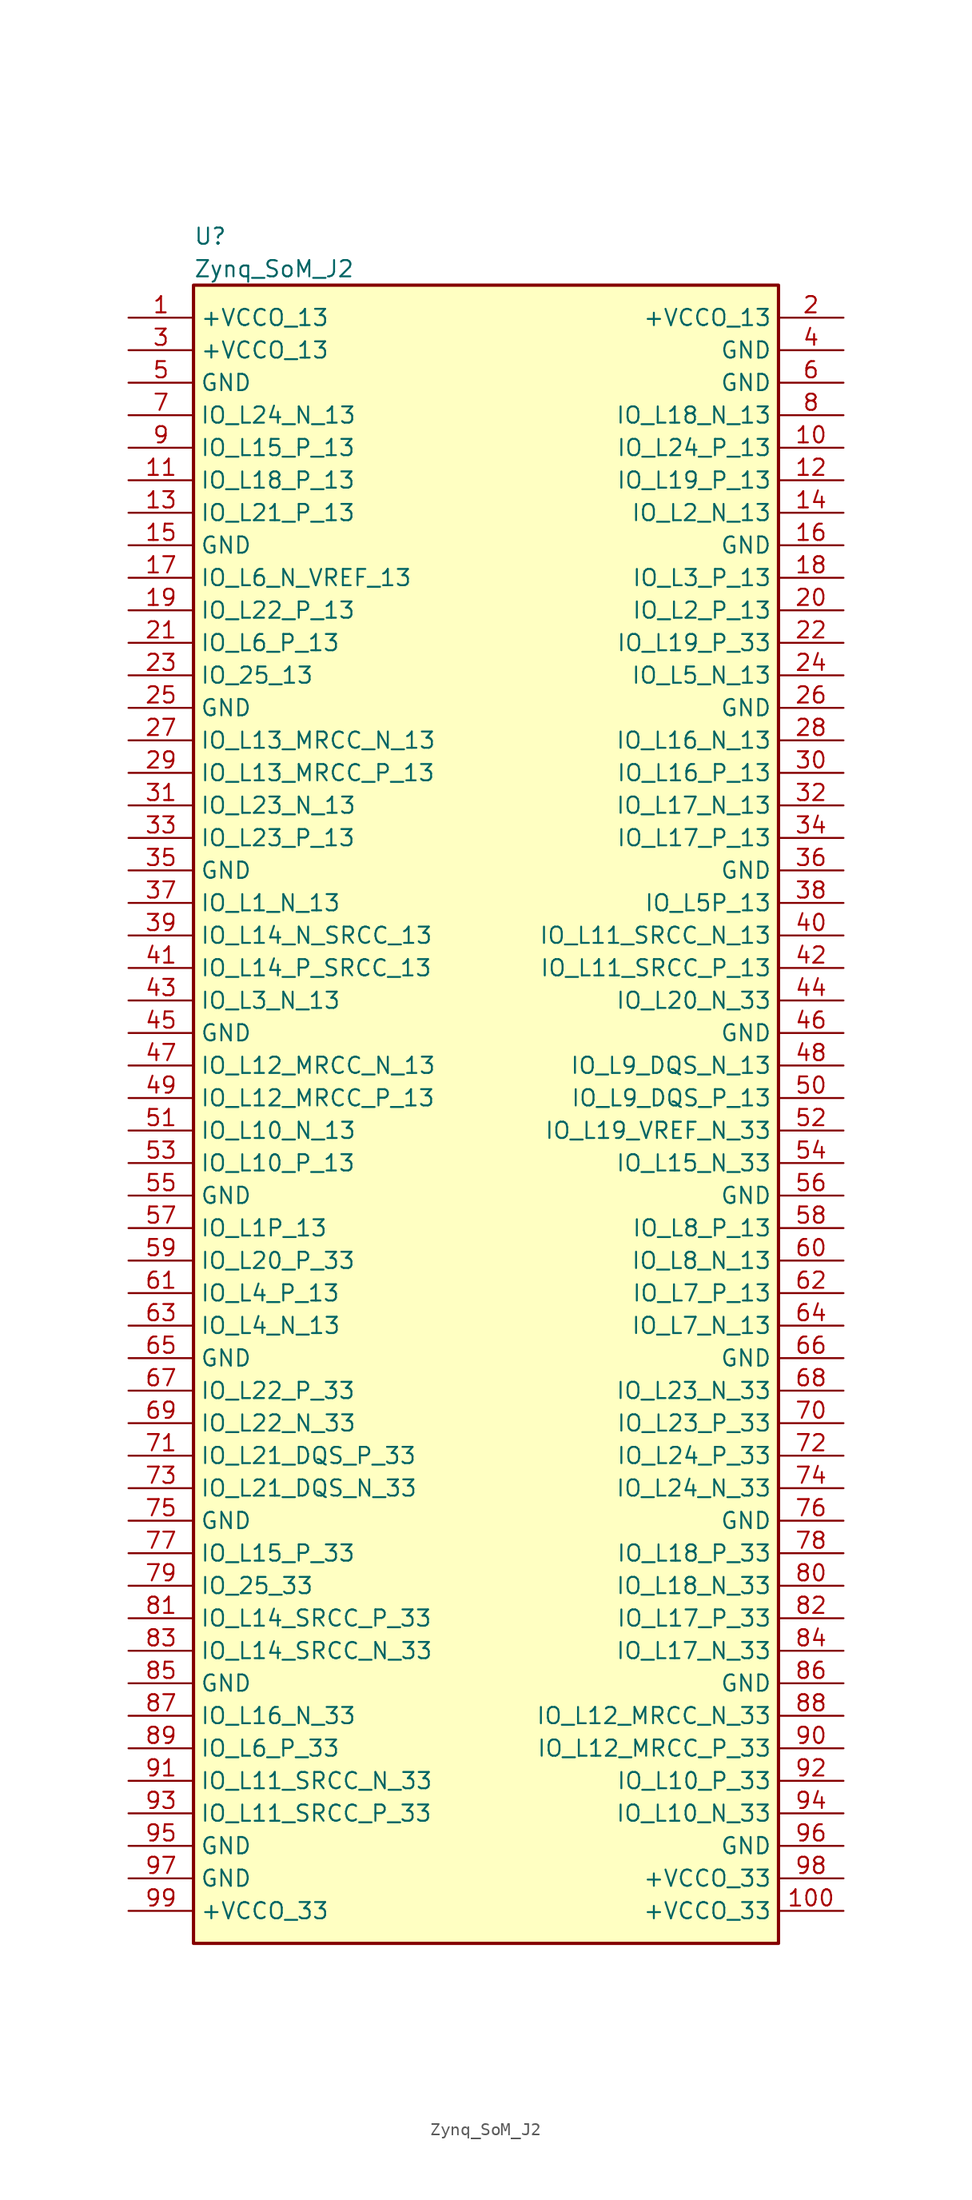
<source format=kicad_sym>
(kicad_symbol_lib
  (version 20231120)
  (generator "kicad_symbol_editor")
  (generator_version "8.0")
  (symbol "Zynq_SoM_J2"
    (property "Reference" "U"
      (at 5.08 6.35 0)
      (effects (font (size 1.27 1.27)) (justify left)))
    (property "Value" "Zynq_SoM_J2"
      (at 5.08 3.81 0)
      (effects (font (size 1.27 1.27)) (justify left)))
    (property "ki_locked" ""
      (at 0 0 0)
      (effects (font (size 1.27 1.27))))
    (symbol "Zynq_SoM_J2_1_1"
      (rectangle (start 5.08 2.54) (end 50.8 -127) (stroke (width 0.254) (type solid)) (fill (type background)))
      (pin bidirectional line (at 0 0 0) (length 5.08) (name "+VCCO_13" (effects (font (size 1.27 1.27)))) (number "1" (effects (font (size 1.27 1.27)))))
      (pin bidirectional line (at 55.88 -10.16 180) (length 5.08) (name "IO_L24_P_13" (effects (font (size 1.27 1.27)))) (number "10" (effects (font (size 1.27 1.27)))))
      (pin bidirectional line (at 55.88 -124.46 180) (length 5.08) (name "+VCCO_33" (effects (font (size 1.27 1.27)))) (number "100" (effects (font (size 1.27 1.27)))))
      (pin bidirectional line (at 0 -12.7 0) (length 5.08) (name "IO_L18_P_13" (effects (font (size 1.27 1.27)))) (number "11" (effects (font (size 1.27 1.27)))))
      (pin bidirectional line (at 55.88 -12.7 180) (length 5.08) (name "IO_L19_P_13" (effects (font (size 1.27 1.27)))) (number "12" (effects (font (size 1.27 1.27)))))
      (pin bidirectional line (at 0 -15.24 0) (length 5.08) (name "IO_L21_P_13" (effects (font (size 1.27 1.27)))) (number "13" (effects (font (size 1.27 1.27)))))
      (pin bidirectional line (at 55.88 -15.24 180) (length 5.08) (name "IO_L2_N_13" (effects (font (size 1.27 1.27)))) (number "14" (effects (font (size 1.27 1.27)))))
      (pin bidirectional line (at 0 -17.78 0) (length 5.08) (name "GND" (effects (font (size 1.27 1.27)))) (number "15" (effects (font (size 1.27 1.27)))))
      (pin bidirectional line (at 55.88 -17.78 180) (length 5.08) (name "GND" (effects (font (size 1.27 1.27)))) (number "16" (effects (font (size 1.27 1.27)))))
      (pin bidirectional line (at 0 -20.32 0) (length 5.08) (name "IO_L6_N_VREF_13" (effects (font (size 1.27 1.27)))) (number "17" (effects (font (size 1.27 1.27)))))
      (pin bidirectional line (at 55.88 -20.32 180) (length 5.08) (name "IO_L3_P_13" (effects (font (size 1.27 1.27)))) (number "18" (effects (font (size 1.27 1.27)))))
      (pin bidirectional line (at 0 -22.86 0) (length 5.08) (name "IO_L22_P_13" (effects (font (size 1.27 1.27)))) (number "19" (effects (font (size 1.27 1.27)))))
      (pin bidirectional line (at 55.88 0 180) (length 5.08) (name "+VCCO_13" (effects (font (size 1.27 1.27)))) (number "2" (effects (font (size 1.27 1.27)))))
      (pin bidirectional line (at 55.88 -22.86 180) (length 5.08) (name "IO_L2_P_13" (effects (font (size 1.27 1.27)))) (number "20" (effects (font (size 1.27 1.27)))))
      (pin bidirectional line (at 0 -25.4 0) (length 5.08) (name "IO_L6_P_13" (effects (font (size 1.27 1.27)))) (number "21" (effects (font (size 1.27 1.27)))))
      (pin bidirectional line (at 55.88 -25.4 180) (length 5.08) (name "IO_L19_P_33" (effects (font (size 1.27 1.27)))) (number "22" (effects (font (size 1.27 1.27)))))
      (pin bidirectional line (at 0 -27.94 0) (length 5.08) (name "IO_25_13" (effects (font (size 1.27 1.27)))) (number "23" (effects (font (size 1.27 1.27)))))
      (pin bidirectional line (at 55.88 -27.94 180) (length 5.08) (name "IO_L5_N_13" (effects (font (size 1.27 1.27)))) (number "24" (effects (font (size 1.27 1.27)))))
      (pin bidirectional line (at 0 -30.48 0) (length 5.08) (name "GND" (effects (font (size 1.27 1.27)))) (number "25" (effects (font (size 1.27 1.27)))))
      (pin bidirectional line (at 55.88 -30.48 180) (length 5.08) (name "GND" (effects (font (size 1.27 1.27)))) (number "26" (effects (font (size 1.27 1.27)))))
      (pin bidirectional line (at 0 -33.02 0) (length 5.08) (name "IO_L13_MRCC_N_13" (effects (font (size 1.27 1.27)))) (number "27" (effects (font (size 1.27 1.27)))))
      (pin bidirectional line (at 55.88 -33.02 180) (length 5.08) (name "IO_L16_N_13" (effects (font (size 1.27 1.27)))) (number "28" (effects (font (size 1.27 1.27)))))
      (pin bidirectional line (at 0 -35.56 0) (length 5.08) (name "IO_L13_MRCC_P_13" (effects (font (size 1.27 1.27)))) (number "29" (effects (font (size 1.27 1.27)))))
      (pin bidirectional line (at 0 -2.54 0) (length 5.08) (name "+VCCO_13" (effects (font (size 1.27 1.27)))) (number "3" (effects (font (size 1.27 1.27)))))
      (pin bidirectional line (at 55.88 -35.56 180) (length 5.08) (name "IO_L16_P_13" (effects (font (size 1.27 1.27)))) (number "30" (effects (font (size 1.27 1.27)))))
      (pin bidirectional line (at 0 -38.1 0) (length 5.08) (name "IO_L23_N_13" (effects (font (size 1.27 1.27)))) (number "31" (effects (font (size 1.27 1.27)))))
      (pin bidirectional line (at 55.88 -38.1 180) (length 5.08) (name "IO_L17_N_13" (effects (font (size 1.27 1.27)))) (number "32" (effects (font (size 1.27 1.27)))))
      (pin bidirectional line (at 0 -40.64 0) (length 5.08) (name "IO_L23_P_13" (effects (font (size 1.27 1.27)))) (number "33" (effects (font (size 1.27 1.27)))))
      (pin bidirectional line (at 55.88 -40.64 180) (length 5.08) (name "IO_L17_P_13" (effects (font (size 1.27 1.27)))) (number "34" (effects (font (size 1.27 1.27)))))
      (pin bidirectional line (at 0 -43.18 0) (length 5.08) (name "GND" (effects (font (size 1.27 1.27)))) (number "35" (effects (font (size 1.27 1.27)))))
      (pin bidirectional line (at 55.88 -43.18 180) (length 5.08) (name "GND" (effects (font (size 1.27 1.27)))) (number "36" (effects (font (size 1.27 1.27)))))
      (pin bidirectional line (at 0 -45.72 0) (length 5.08) (name "IO_L1_N_13" (effects (font (size 1.27 1.27)))) (number "37" (effects (font (size 1.27 1.27)))))
      (pin bidirectional line (at 55.88 -45.72 180) (length 5.08) (name "IO_L5P_13" (effects (font (size 1.27 1.27)))) (number "38" (effects (font (size 1.27 1.27)))))
      (pin bidirectional line (at 0 -48.26 0) (length 5.08) (name "IO_L14_N_SRCC_13" (effects (font (size 1.27 1.27)))) (number "39" (effects (font (size 1.27 1.27)))))
      (pin bidirectional line (at 55.88 -2.54 180) (length 5.08) (name "GND" (effects (font (size 1.27 1.27)))) (number "4" (effects (font (size 1.27 1.27)))))
      (pin bidirectional line (at 55.88 -48.26 180) (length 5.08) (name "IO_L11_SRCC_N_13" (effects (font (size 1.27 1.27)))) (number "40" (effects (font (size 1.27 1.27)))))
      (pin bidirectional line (at 0 -50.8 0) (length 5.08) (name "IO_L14_P_SRCC_13" (effects (font (size 1.27 1.27)))) (number "41" (effects (font (size 1.27 1.27)))))
      (pin bidirectional line (at 55.88 -50.8 180) (length 5.08) (name "IO_L11_SRCC_P_13" (effects (font (size 1.27 1.27)))) (number "42" (effects (font (size 1.27 1.27)))))
      (pin bidirectional line (at 0 -53.34 0) (length 5.08) (name "IO_L3_N_13" (effects (font (size 1.27 1.27)))) (number "43" (effects (font (size 1.27 1.27)))))
      (pin bidirectional line (at 55.88 -53.34 180) (length 5.08) (name "IO_L20_N_33" (effects (font (size 1.27 1.27)))) (number "44" (effects (font (size 1.27 1.27)))))
      (pin bidirectional line (at 0 -55.88 0) (length 5.08) (name "GND" (effects (font (size 1.27 1.27)))) (number "45" (effects (font (size 1.27 1.27)))))
      (pin bidirectional line (at 55.88 -55.88 180) (length 5.08) (name "GND" (effects (font (size 1.27 1.27)))) (number "46" (effects (font (size 1.27 1.27)))))
      (pin bidirectional line (at 0 -58.42 0) (length 5.08) (name "IO_L12_MRCC_N_13" (effects (font (size 1.27 1.27)))) (number "47" (effects (font (size 1.27 1.27)))))
      (pin bidirectional line (at 55.88 -58.42 180) (length 5.08) (name "IO_L9_DQS_N_13" (effects (font (size 1.27 1.27)))) (number "48" (effects (font (size 1.27 1.27)))))
      (pin bidirectional line (at 0 -60.96 0) (length 5.08) (name "IO_L12_MRCC_P_13" (effects (font (size 1.27 1.27)))) (number "49" (effects (font (size 1.27 1.27)))))
      (pin bidirectional line (at 0 -5.08 0) (length 5.08) (name "GND" (effects (font (size 1.27 1.27)))) (number "5" (effects (font (size 1.27 1.27)))))
      (pin bidirectional line (at 55.88 -60.96 180) (length 5.08) (name "IO_L9_DQS_P_13" (effects (font (size 1.27 1.27)))) (number "50" (effects (font (size 1.27 1.27)))))
      (pin bidirectional line (at 0 -63.5 0) (length 5.08) (name "IO_L10_N_13" (effects (font (size 1.27 1.27)))) (number "51" (effects (font (size 1.27 1.27)))))
      (pin bidirectional line (at 55.88 -63.5 180) (length 5.08) (name "IO_L19_VREF_N_33" (effects (font (size 1.27 1.27)))) (number "52" (effects (font (size 1.27 1.27)))))
      (pin bidirectional line (at 0 -66.04 0) (length 5.08) (name "IO_L10_P_13" (effects (font (size 1.27 1.27)))) (number "53" (effects (font (size 1.27 1.27)))))
      (pin bidirectional line (at 55.88 -66.04 180) (length 5.08) (name "IO_L15_N_33" (effects (font (size 1.27 1.27)))) (number "54" (effects (font (size 1.27 1.27)))))
      (pin bidirectional line (at 0 -68.58 0) (length 5.08) (name "GND" (effects (font (size 1.27 1.27)))) (number "55" (effects (font (size 1.27 1.27)))))
      (pin bidirectional line (at 55.88 -68.58 180) (length 5.08) (name "GND" (effects (font (size 1.27 1.27)))) (number "56" (effects (font (size 1.27 1.27)))))
      (pin bidirectional line (at 0 -71.12 0) (length 5.08) (name "IO_L1P_13" (effects (font (size 1.27 1.27)))) (number "57" (effects (font (size 1.27 1.27)))))
      (pin bidirectional line (at 55.88 -71.12 180) (length 5.08) (name "IO_L8_P_13" (effects (font (size 1.27 1.27)))) (number "58" (effects (font (size 1.27 1.27)))))
      (pin bidirectional line (at 0 -73.66 0) (length 5.08) (name "IO_L20_P_33" (effects (font (size 1.27 1.27)))) (number "59" (effects (font (size 1.27 1.27)))))
      (pin bidirectional line (at 55.88 -5.08 180) (length 5.08) (name "GND" (effects (font (size 1.27 1.27)))) (number "6" (effects (font (size 1.27 1.27)))))
      (pin bidirectional line (at 55.88 -73.66 180) (length 5.08) (name "IO_L8_N_13" (effects (font (size 1.27 1.27)))) (number "60" (effects (font (size 1.27 1.27)))))
      (pin bidirectional line (at 0 -76.2 0) (length 5.08) (name "IO_L4_P_13" (effects (font (size 1.27 1.27)))) (number "61" (effects (font (size 1.27 1.27)))))
      (pin bidirectional line (at 55.88 -76.2 180) (length 5.08) (name "IO_L7_P_13" (effects (font (size 1.27 1.27)))) (number "62" (effects (font (size 1.27 1.27)))))
      (pin bidirectional line (at 0 -78.74 0) (length 5.08) (name "IO_L4_N_13" (effects (font (size 1.27 1.27)))) (number "63" (effects (font (size 1.27 1.27)))))
      (pin bidirectional line (at 55.88 -78.74 180) (length 5.08) (name "IO_L7_N_13" (effects (font (size 1.27 1.27)))) (number "64" (effects (font (size 1.27 1.27)))))
      (pin bidirectional line (at 0 -81.28 0) (length 5.08) (name "GND" (effects (font (size 1.27 1.27)))) (number "65" (effects (font (size 1.27 1.27)))))
      (pin bidirectional line (at 55.88 -81.28 180) (length 5.08) (name "GND" (effects (font (size 1.27 1.27)))) (number "66" (effects (font (size 1.27 1.27)))))
      (pin bidirectional line (at 0 -83.82 0) (length 5.08) (name "IO_L22_P_33" (effects (font (size 1.27 1.27)))) (number "67" (effects (font (size 1.27 1.27)))))
      (pin bidirectional line (at 55.88 -83.82 180) (length 5.08) (name "IO_L23_N_33" (effects (font (size 1.27 1.27)))) (number "68" (effects (font (size 1.27 1.27)))))
      (pin bidirectional line (at 0 -86.36 0) (length 5.08) (name "IO_L22_N_33" (effects (font (size 1.27 1.27)))) (number "69" (effects (font (size 1.27 1.27)))))
      (pin bidirectional line (at 0 -7.62 0) (length 5.08) (name "IO_L24_N_13" (effects (font (size 1.27 1.27)))) (number "7" (effects (font (size 1.27 1.27)))))
      (pin bidirectional line (at 55.88 -86.36 180) (length 5.08) (name "IO_L23_P_33" (effects (font (size 1.27 1.27)))) (number "70" (effects (font (size 1.27 1.27)))))
      (pin bidirectional line (at 0 -88.9 0) (length 5.08) (name "IO_L21_DQS_P_33" (effects (font (size 1.27 1.27)))) (number "71" (effects (font (size 1.27 1.27)))))
      (pin bidirectional line (at 55.88 -88.9 180) (length 5.08) (name "IO_L24_P_33" (effects (font (size 1.27 1.27)))) (number "72" (effects (font (size 1.27 1.27)))))
      (pin bidirectional line (at 0 -91.44 0) (length 5.08) (name "IO_L21_DQS_N_33" (effects (font (size 1.27 1.27)))) (number "73" (effects (font (size 1.27 1.27)))))
      (pin bidirectional line (at 55.88 -91.44 180) (length 5.08) (name "IO_L24_N_33" (effects (font (size 1.27 1.27)))) (number "74" (effects (font (size 1.27 1.27)))))
      (pin bidirectional line (at 0 -93.98 0) (length 5.08) (name "GND" (effects (font (size 1.27 1.27)))) (number "75" (effects (font (size 1.27 1.27)))))
      (pin bidirectional line (at 55.88 -93.98 180) (length 5.08) (name "GND" (effects (font (size 1.27 1.27)))) (number "76" (effects (font (size 1.27 1.27)))))
      (pin bidirectional line (at 0 -96.52 0) (length 5.08) (name "IO_L15_P_33" (effects (font (size 1.27 1.27)))) (number "77" (effects (font (size 1.27 1.27)))))
      (pin bidirectional line (at 55.88 -96.52 180) (length 5.08) (name "IO_L18_P_33" (effects (font (size 1.27 1.27)))) (number "78" (effects (font (size 1.27 1.27)))))
      (pin bidirectional line (at 0 -99.06 0) (length 5.08) (name "IO_25_33" (effects (font (size 1.27 1.27)))) (number "79" (effects (font (size 1.27 1.27)))))
      (pin bidirectional line (at 55.88 -7.62 180) (length 5.08) (name "IO_L18_N_13" (effects (font (size 1.27 1.27)))) (number "8" (effects (font (size 1.27 1.27)))))
      (pin bidirectional line (at 55.88 -99.06 180) (length 5.08) (name "IO_L18_N_33" (effects (font (size 1.27 1.27)))) (number "80" (effects (font (size 1.27 1.27)))))
      (pin bidirectional line (at 0 -101.6 0) (length 5.08) (name "IO_L14_SRCC_P_33" (effects (font (size 1.27 1.27)))) (number "81" (effects (font (size 1.27 1.27)))))
      (pin bidirectional line (at 55.88 -101.6 180) (length 5.08) (name "IO_L17_P_33" (effects (font (size 1.27 1.27)))) (number "82" (effects (font (size 1.27 1.27)))))
      (pin bidirectional line (at 0 -104.14 0) (length 5.08) (name "IO_L14_SRCC_N_33" (effects (font (size 1.27 1.27)))) (number "83" (effects (font (size 1.27 1.27)))))
      (pin bidirectional line (at 55.88 -104.14 180) (length 5.08) (name "IO_L17_N_33" (effects (font (size 1.27 1.27)))) (number "84" (effects (font (size 1.27 1.27)))))
      (pin bidirectional line (at 0 -106.68 0) (length 5.08) (name "GND" (effects (font (size 1.27 1.27)))) (number "85" (effects (font (size 1.27 1.27)))))
      (pin bidirectional line (at 55.88 -106.68 180) (length 5.08) (name "GND" (effects (font (size 1.27 1.27)))) (number "86" (effects (font (size 1.27 1.27)))))
      (pin bidirectional line (at 0 -109.22 0) (length 5.08) (name "IO_L16_N_33" (effects (font (size 1.27 1.27)))) (number "87" (effects (font (size 1.27 1.27)))))
      (pin bidirectional line (at 55.88 -109.22 180) (length 5.08) (name "IO_L12_MRCC_N_33" (effects (font (size 1.27 1.27)))) (number "88" (effects (font (size 1.27 1.27)))))
      (pin bidirectional line (at 0 -111.76 0) (length 5.08) (name "IO_L6_P_33" (effects (font (size 1.27 1.27)))) (number "89" (effects (font (size 1.27 1.27)))))
      (pin bidirectional line (at 0 -10.16 0) (length 5.08) (name "IO_L15_P_13" (effects (font (size 1.27 1.27)))) (number "9" (effects (font (size 1.27 1.27)))))
      (pin bidirectional line (at 55.88 -111.76 180) (length 5.08) (name "IO_L12_MRCC_P_33" (effects (font (size 1.27 1.27)))) (number "90" (effects (font (size 1.27 1.27)))))
      (pin bidirectional line (at 0 -114.3 0) (length 5.08) (name "IO_L11_SRCC_N_33" (effects (font (size 1.27 1.27)))) (number "91" (effects (font (size 1.27 1.27)))))
      (pin bidirectional line (at 55.88 -114.3 180) (length 5.08) (name "IO_L10_P_33" (effects (font (size 1.27 1.27)))) (number "92" (effects (font (size 1.27 1.27)))))
      (pin bidirectional line (at 0 -116.84 0) (length 5.08) (name "IO_L11_SRCC_P_33" (effects (font (size 1.27 1.27)))) (number "93" (effects (font (size 1.27 1.27)))))
      (pin bidirectional line (at 55.88 -116.84 180) (length 5.08) (name "IO_L10_N_33" (effects (font (size 1.27 1.27)))) (number "94" (effects (font (size 1.27 1.27)))))
      (pin bidirectional line (at 0 -119.38 0) (length 5.08) (name "GND" (effects (font (size 1.27 1.27)))) (number "95" (effects (font (size 1.27 1.27)))))
      (pin bidirectional line (at 55.88 -119.38 180) (length 5.08) (name "GND" (effects (font (size 1.27 1.27)))) (number "96" (effects (font (size 1.27 1.27)))))
      (pin bidirectional line (at 0 -121.92 0) (length 5.08) (name "GND" (effects (font (size 1.27 1.27)))) (number "97" (effects (font (size 1.27 1.27)))))
      (pin bidirectional line (at 55.88 -121.92 180) (length 5.08) (name "+VCCO_33" (effects (font (size 1.27 1.27)))) (number "98" (effects (font (size 1.27 1.27)))))
      (pin bidirectional line (at 0 -124.46 0) (length 5.08) (name "+VCCO_33" (effects (font (size 1.27 1.27)))) (number "99" (effects (font (size 1.27 1.27))))))))
</source>
